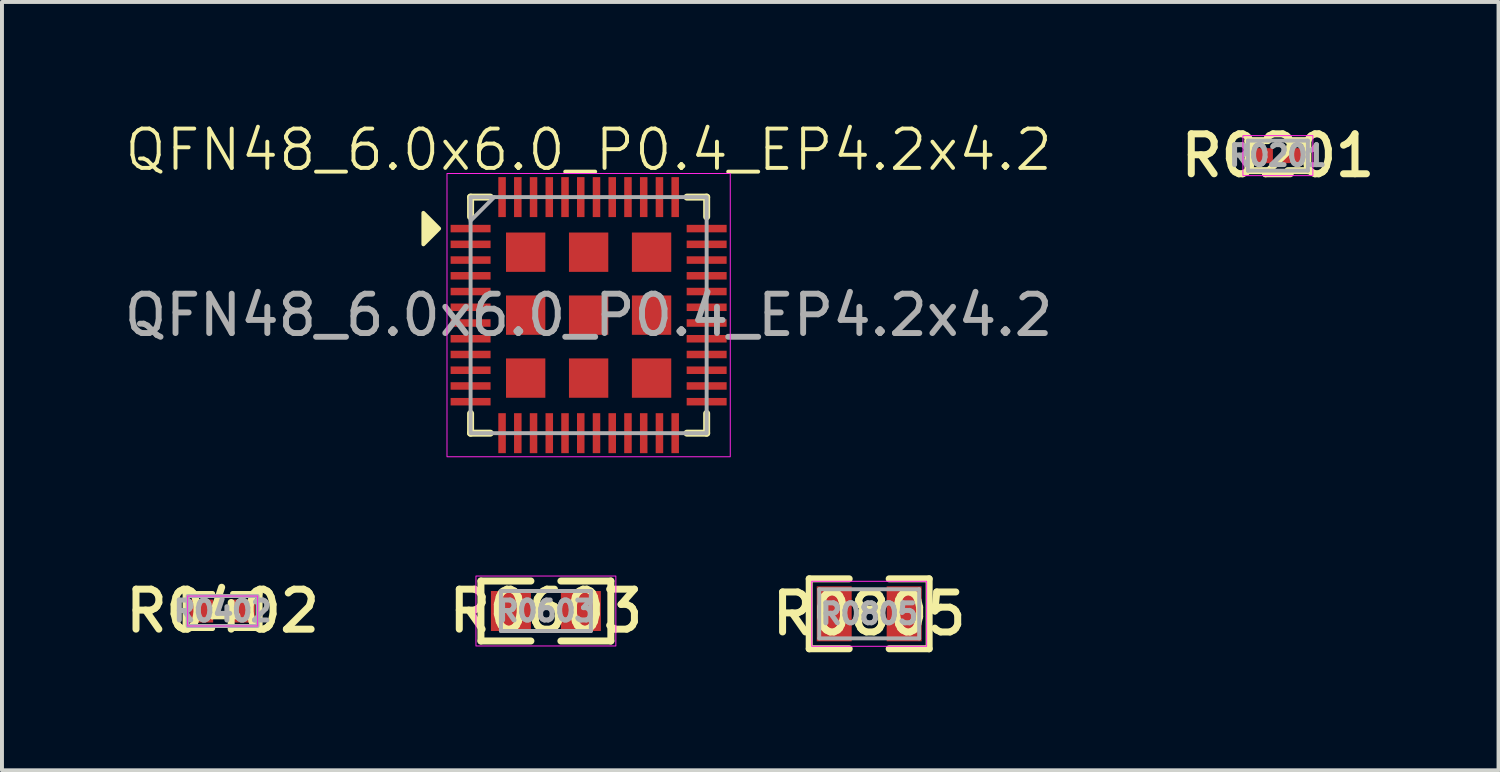
<source format=kicad_pcb>
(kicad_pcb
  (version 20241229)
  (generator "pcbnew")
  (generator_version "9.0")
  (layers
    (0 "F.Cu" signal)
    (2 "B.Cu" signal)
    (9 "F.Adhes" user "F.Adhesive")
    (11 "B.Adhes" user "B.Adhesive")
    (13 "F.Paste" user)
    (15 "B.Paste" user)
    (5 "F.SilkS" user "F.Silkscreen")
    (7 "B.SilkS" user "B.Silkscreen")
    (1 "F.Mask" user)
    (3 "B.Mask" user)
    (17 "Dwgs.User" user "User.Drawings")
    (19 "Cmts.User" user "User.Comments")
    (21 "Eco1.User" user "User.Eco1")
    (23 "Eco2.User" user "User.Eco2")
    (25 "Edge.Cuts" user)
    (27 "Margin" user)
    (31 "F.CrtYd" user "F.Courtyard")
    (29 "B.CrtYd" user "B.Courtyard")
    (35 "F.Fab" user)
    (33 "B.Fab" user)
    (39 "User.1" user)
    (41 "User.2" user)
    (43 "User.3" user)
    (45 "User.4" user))
  (footprint "R0201"
    (layer "F.Cu")
    (at 29.43 0.906)
    (property "Reference" "R0201" (at 0 0 0) (layer "F.SilkS") (effects (font (size 1.016 1.016) (thickness 0.178))))
    (attr smd)
    (fp_line (start -0.762 -0.381) (end -0.762 0.381) (stroke (width 0.178) (type solid)) (layer "F.SilkS"))
    (fp_line (start -0.254 -0.381) (end -0.762 -0.381) (stroke (width 0.178) (type solid)) (layer "F.SilkS"))
    (fp_line (start -0.254 0.381) (end -0.762 0.381) (stroke (width 0.178) (type solid)) (layer "F.SilkS"))
    (fp_line (start 0.254 -0.381) (end 0.762 -0.381) (stroke (width 0.178) (type solid)) (layer "F.SilkS"))
    (fp_line (start 0.254 0.381) (end 0.762 0.381) (stroke (width 0.178) (type solid)) (layer "F.SilkS"))
    (fp_line (start 0.762 -0.381) (end 0.762 0.381) (stroke (width 0.178) (type solid)) (layer "F.SilkS"))
    (fp_rect (start -0.889 -0.508) (end 0.889 0.508) (stroke (width 0.025) (type solid)) (fill no) (layer "F.CrtYd"))
    (fp_line (start -0.762 -0.381) (end 0.762 -0.381) (stroke (width 0.1) (type solid)) (layer "F.Fab"))
    (fp_line (start -0.762 0.381) (end -0.762 -0.381) (stroke (width 0.1) (type solid)) (layer "F.Fab"))
    (fp_line (start -0.762 0.381) (end 0.762 0.381) (stroke (width 0.1) (type solid)) (layer "F.Fab"))
    (fp_line (start 0.762 0.381) (end 0.762 -0.381) (stroke (width 0.1) (type solid)) (layer "F.Fab"))
    (fp_text user "${REFERENCE}" (at 0 0 0) (layer "F.Fab") (effects (font (size 0.508 0.508) (thickness 0.127))))
    (pad "1" smd rect (at -0.381 0) (size 0.508 0.381) (layers "F.Cu" "F.Mask" "F.Paste"))
    (pad "2" smd rect (at 0.381 0) (size 0.508 0.381) (layers "F.Cu" "F.Mask" "F.Paste")))
  (footprint "R0805"
    (layer "F.Cu")
    (at 19.042 12.551)
    (property "Reference" "R0805" (at 0 0 0) (layer "F.SilkS") (effects (font (size 1.016 1.016) (thickness 0.178))))
    (attr smd)
    (fp_line (start -1.524 -0.889) (end -1.524 0.889) (stroke (width 0.178) (type solid)) (layer "F.SilkS"))
    (fp_line (start -1.524 -0.889) (end -0.508 -0.889) (stroke (width 0.178) (type solid)) (layer "F.SilkS"))
    (fp_line (start -1.524 0.889) (end -0.508 0.889) (stroke (width 0.178) (type solid)) (layer "F.SilkS"))
    (fp_line (start 0.508 -0.889) (end 1.524 -0.889) (stroke (width 0.178) (type solid)) (layer "F.SilkS"))
    (fp_line (start 0.508 0.889) (end 1.524 0.889) (stroke (width 0.178) (type solid)) (layer "F.SilkS"))
    (fp_line (start 1.524 -0.889) (end 1.524 0.889) (stroke (width 0.178) (type solid)) (layer "F.SilkS"))
    (fp_rect (start -1.46 -0.826) (end 1.46 0.826) (stroke (width 0.025) (type solid)) (fill no) (layer "F.CrtYd"))
    (fp_line (start -1.27 -0.625) (end 1.27 -0.625) (stroke (width 0.1) (type solid)) (layer "F.Fab"))
    (fp_line (start -1.27 0.625) (end -1.27 -0.625) (stroke (width 0.1) (type solid)) (layer "F.Fab"))
    (fp_line (start 1.27 -0.625) (end 1.27 0.625) (stroke (width 0.1) (type solid)) (layer "F.Fab"))
    (fp_line (start 1.27 0.625) (end -1.27 0.625) (stroke (width 0.1) (type solid)) (layer "F.Fab"))
    (fp_text user "${REFERENCE}" (at 0 0 0) (layer "F.Fab") (effects (font (size 0.508 0.508) (thickness 0.127))))
    (pad "1" smd rect (at -0.889 0) (size 0.889 1.397) (layers "F.Cu" "F.Mask" "F.Paste"))
    (pad "2" smd rect (at 0.889 0) (size 0.889 1.397) (layers "F.Cu" "F.Mask" "F.Paste"))
    (zone (net_name "") (layer "F.Cu") (hatch full 0.5) (connect_pads) (min_thickness 0.25) (filled_areas_thickness no) (keepout (tracks allowed) (vias allowed) (pads allowed) (copperpour not_allowed) (footprints allowed)) (placement (enabled no)) (fill) (polygon (pts (xy 18.842 11.851) (xy 18.842 13.251) (xy 19.242 13.251) (xy 19.242 11.851)))))
  (footprint "R0603"
    (layer "F.Cu")
    (at 10.825 12.48)
    (property "Reference" "R0603" (at 0 0 0) (layer "F.SilkS") (effects (font (size 1.016 1.016) (thickness 0.178))))
    (attr smd)
    (fp_line (start -1.651 -0.762) (end -0.381 -0.762) (stroke (width 0.178) (type solid)) (layer "F.SilkS"))
    (fp_line (start -1.651 0.762) (end -1.651 -0.762) (stroke (width 0.178) (type solid)) (layer "F.SilkS"))
    (fp_line (start -1.651 0.762) (end -0.381 0.762) (stroke (width 0.178) (type solid)) (layer "F.SilkS"))
    (fp_line (start 0.381 -0.762) (end 1.651 -0.762) (stroke (width 0.178) (type solid)) (layer "F.SilkS"))
    (fp_line (start 0.381 0.762) (end 1.651 0.762) (stroke (width 0.178) (type solid)) (layer "F.SilkS"))
    (fp_line (start 1.651 0.762) (end 1.651 -0.762) (stroke (width 0.178) (type solid)) (layer "F.SilkS"))
    (fp_rect (start -1.778 -0.889) (end 1.778 0.889) (stroke (width 0.025) (type solid)) (fill no) (layer "F.CrtYd"))
    (fp_line (start -1.143 -0.508) (end 1.143 -0.508) (stroke (width 0.102) (type solid)) (layer "F.Fab"))
    (fp_line (start -1.143 0.508) (end -1.143 -0.508) (stroke (width 0.102) (type solid)) (layer "F.Fab"))
    (fp_line (start 1.143 0.508) (end -1.143 0.508) (stroke (width 0.102) (type solid)) (layer "F.Fab"))
    (fp_line (start 1.143 0.508) (end 1.143 -0.508) (stroke (width 0.102) (type solid)) (layer "F.Fab"))
    (fp_text user "${REFERENCE}" (at 0 0 0) (layer "F.Fab") (effects (font (size 0.508 0.508) (thickness 0.127))))
    (pad "1" smd rect (at -0.889 0) (size 1.016 1.016) (layers "F.Cu" "F.Mask" "F.Paste"))
    (pad "2" smd rect (at 0.889 0) (size 1.016 1.016) (layers "F.Cu" "F.Mask" "F.Paste")))
  (footprint "QFN48_6.0x6.0_P0.4_EP4.2x4.2"
    (layer "F.Cu")
    (at 11.911 4.96)
    (property "Reference" "QFN48_6.0x6.0_P0.4_EP4.2x4.2" (at 0 -4.2 0) (unlocked yes) (layer "F.SilkS") (effects (font (size 1 1) (thickness 0.1))))
    (attr smd)
    (fp_line (start -3 -3) (end -2.5 -3) (stroke (width 0.178) (type default)) (layer "F.SilkS"))
    (fp_line (start -3 -2.5) (end -3 -3) (stroke (width 0.178) (type default)) (layer "F.SilkS"))
    (fp_line (start -3 2.5) (end -3 3) (stroke (width 0.178) (type default)) (layer "F.SilkS"))
    (fp_line (start -3 3) (end -2.5 3) (stroke (width 0.178) (type default)) (layer "F.SilkS"))
    (fp_line (start 2.5 3) (end 3 3) (stroke (width 0.178) (type default)) (layer "F.SilkS"))
    (fp_line (start 3 -3) (end 2.5 -3) (stroke (width 0.178) (type default)) (layer "F.SilkS"))
    (fp_line (start 3 -2.5) (end 3 -3) (stroke (width 0.178) (type default)) (layer "F.SilkS"))
    (fp_line (start 3 3) (end 3 2.5) (stroke (width 0.178) (type default)) (layer "F.SilkS"))
    (fp_poly (pts (xy -3.8 -2.2) (xy -4.2 -2.6) (xy -4.2 -1.8)) (stroke (width 0.1) (type solid)) (fill yes) (layer "F.SilkS"))
    (fp_rect (start -3.6 -3.6) (end 3.6 3.6) (stroke (width 0.025) (type default)) (fill no) (layer "F.CrtYd"))
    (fp_line (start -3 -2.4) (end -2.4 -3) (stroke (width 0.1) (type default)) (layer "F.Fab"))
    (fp_rect (start -3 -3) (end 3 3) (stroke (width 0.1) (type default)) (fill no) (layer "F.Fab"))
    (fp_text user "${REFERENCE}" (at 0 0 0) (unlocked yes) (layer "F.Fab") (effects (font (size 1 1) (thickness 0.15))))
    (pad "1" smd rect (at -3 -2.2) (size 1.016 0.191) (layers "F.Cu" "F.Mask" "F.Paste"))
    (pad "2" smd rect (at -3 -1.8) (size 1.016 0.191) (layers "F.Cu" "F.Mask" "F.Paste"))
    (pad "3" smd rect (at -3 -1.4) (size 1.016 0.191) (layers "F.Cu" "F.Mask" "F.Paste"))
    (pad "4" smd rect (at -3 -1) (size 1.016 0.191) (layers "F.Cu" "F.Mask" "F.Paste"))
    (pad "5" smd rect (at -3 -0.6) (size 1.016 0.191) (layers "F.Cu" "F.Mask" "F.Paste"))
    (pad "6" smd rect (at -3 -0.2) (size 1.016 0.191) (layers "F.Cu" "F.Mask" "F.Paste"))
    (pad "7" smd rect (at -3 0.2) (size 1.016 0.191) (layers "F.Cu" "F.Mask" "F.Paste"))
    (pad "8" smd rect (at -3 0.6) (size 1.016 0.191) (layers "F.Cu" "F.Mask" "F.Paste"))
    (pad "9" smd rect (at -3 1) (size 1.016 0.191) (layers "F.Cu" "F.Mask" "F.Paste"))
    (pad "10" smd rect (at -3 1.4) (size 1.016 0.191) (layers "F.Cu" "F.Mask" "F.Paste"))
    (pad "11" smd rect (at -3 1.8) (size 1.016 0.191) (layers "F.Cu" "F.Mask" "F.Paste"))
    (pad "12" smd rect (at -3 2.2) (size 1.016 0.191) (layers "F.Cu" "F.Mask" "F.Paste"))
    (pad "13" smd rect (at -2.2 3) (size 0.191 1.016) (layers "F.Cu" "F.Mask" "F.Paste"))
    (pad "14" smd rect (at -1.8 3) (size 0.191 1.016) (layers "F.Cu" "F.Mask" "F.Paste"))
    (pad "15" smd rect (at -1.4 3) (size 0.191 1.016) (layers "F.Cu" "F.Mask" "F.Paste"))
    (pad "16" smd rect (at -1 3) (size 0.191 1.016) (layers "F.Cu" "F.Mask" "F.Paste"))
    (pad "17" smd rect (at -0.6 3) (size 0.191 1.016) (layers "F.Cu" "F.Mask" "F.Paste"))
    (pad "18" smd rect (at -0.2 3) (size 0.191 1.016) (layers "F.Cu" "F.Mask" "F.Paste"))
    (pad "19" smd rect (at 0.2 3) (size 0.191 1.016) (layers "F.Cu" "F.Mask" "F.Paste"))
    (pad "20" smd rect (at 0.6 3) (size 0.191 1.016) (layers "F.Cu" "F.Mask" "F.Paste"))
    (pad "21" smd rect (at 1 3) (size 0.191 1.016) (layers "F.Cu" "F.Mask" "F.Paste"))
    (pad "22" smd rect (at 1.4 3) (size 0.191 1.016) (layers "F.Cu" "F.Mask" "F.Paste"))
    (pad "23" smd rect (at 1.8 3) (size 0.191 1.016) (layers "F.Cu" "F.Mask" "F.Paste"))
    (pad "24" smd rect (at 2.2 3) (size 0.191 1.016) (layers "F.Cu" "F.Mask" "F.Paste"))
    (pad "25" smd rect (at 3 2.2) (size 1.016 0.191) (layers "F.Cu" "F.Mask" "F.Paste"))
    (pad "26" smd rect (at 3 1.8) (size 1.016 0.191) (layers "F.Cu" "F.Mask" "F.Paste"))
    (pad "27" smd rect (at 3 1.4) (size 1.016 0.191) (layers "F.Cu" "F.Mask" "F.Paste"))
    (pad "28" smd rect (at 3 1) (size 1.016 0.191) (layers "F.Cu" "F.Mask" "F.Paste"))
    (pad "29" smd rect (at 3 0.6) (size 1.016 0.191) (layers "F.Cu" "F.Mask" "F.Paste"))
    (pad "30" smd rect (at 3 0.2) (size 1.016 0.191) (layers "F.Cu" "F.Mask" "F.Paste"))
    (pad "31" smd rect (at 3 -0.2) (size 1.016 0.191) (layers "F.Cu" "F.Mask" "F.Paste"))
    (pad "32" smd rect (at 3 -0.6) (size 1.016 0.191) (layers "F.Cu" "F.Mask" "F.Paste"))
    (pad "33" smd rect (at 3 -1) (size 1.016 0.191) (layers "F.Cu" "F.Mask" "F.Paste"))
    (pad "34" smd rect (at 3 -1.4) (size 1.016 0.191) (layers "F.Cu" "F.Mask" "F.Paste"))
    (pad "35" smd rect (at 3 -1.8) (size 1.016 0.191) (layers "F.Cu" "F.Mask" "F.Paste"))
    (pad "36" smd rect (at 3 -2.2) (size 1.016 0.191) (layers "F.Cu" "F.Mask" "F.Paste"))
    (pad "37" smd rect (at 2.2 -3) (size 0.191 1.016) (layers "F.Cu" "F.Mask" "F.Paste"))
    (pad "38" smd rect (at 1.8 -3) (size 0.191 1.016) (layers "F.Cu" "F.Mask" "F.Paste"))
    (pad "39" smd rect (at 1.4 -3) (size 0.191 1.016) (layers "F.Cu" "F.Mask" "F.Paste"))
    (pad "40" smd rect (at 1 -3) (size 0.191 1.016) (layers "F.Cu" "F.Mask" "F.Paste"))
    (pad "41" smd rect (at 0.6 -3) (size 0.191 1.016) (layers "F.Cu" "F.Mask" "F.Paste"))
    (pad "42" smd rect (at 0.2 -3) (size 0.191 1.016) (layers "F.Cu" "F.Mask" "F.Paste"))
    (pad "43" smd rect (at -0.2 -3) (size 0.191 1.016) (layers "F.Cu" "F.Mask" "F.Paste"))
    (pad "44" smd rect (at -0.6 -3) (size 0.191 1.016) (layers "F.Cu" "F.Mask" "F.Paste"))
    (pad "45" smd rect (at -1 -3) (size 0.191 1.016) (layers "F.Cu" "F.Mask" "F.Paste"))
    (pad "46" smd rect (at -1.4 -3) (size 0.191 1.016) (layers "F.Cu" "F.Mask" "F.Paste"))
    (pad "47" smd rect (at -1.8 -3) (size 0.191 1.016) (layers "F.Cu" "F.Mask" "F.Paste"))
    (pad "48" smd rect (at -2.2 -3) (size 0.191 1.016) (layers "F.Cu" "F.Mask" "F.Paste"))
    (pad "49" smd rect (at -1.6 -1.6) (size 1 1) (layers "F.Cu" "F.Mask" "F.Paste"))
    (pad "49" smd rect (at -1.6 0) (size 1 1) (layers "F.Cu" "F.Mask" "F.Paste"))
    (pad "49" smd rect (at -1.6 1.6) (size 1 1) (layers "F.Cu" "F.Mask" "F.Paste"))
    (pad "49" smd rect (at 0 -1.6) (size 1 1) (layers "F.Cu" "F.Mask" "F.Paste"))
    (pad "49" smd rect (at 0 0) (size 1 1) (layers "F.Cu" "F.Mask" "F.Paste"))
    (pad "49" smd rect (at 0 1.6) (size 1 1) (layers "F.Cu" "F.Mask" "F.Paste"))
    (pad "49" smd rect (at 1.6 -1.6) (size 1 1) (layers "F.Cu" "F.Mask" "F.Paste"))
    (pad "49" smd rect (at 1.6 0) (size 1 1) (layers "F.Cu" "F.Mask" "F.Paste"))
    (pad "49" smd rect (at 1.6 1.6) (size 1 1) (layers "F.Cu" "F.Mask" "F.Paste")))
  (footprint "R0402"
    (layer "F.Cu")
    (at 2.608 12.48)
    (property "Reference" "R0402" (at 0 0 0) (layer "F.SilkS") (effects (font (size 1.016 1.016) (thickness 0.178))))
    (attr smd)
    (fp_line (start -0.953 0.445) (end -0.953 -0.445) (stroke (width 0.127) (type solid)) (layer "F.SilkS"))
    (fp_line (start -0.953 0.445) (end -0.254 0.445) (stroke (width 0.127) (type solid)) (layer "F.SilkS"))
    (fp_line (start -0.254 -0.445) (end -0.953 -0.445) (stroke (width 0.127) (type solid)) (layer "F.SilkS"))
    (fp_line (start 0.254 -0.445) (end 0.953 -0.445) (stroke (width 0.127) (type solid)) (layer "F.SilkS"))
    (fp_line (start 0.254 0.445) (end 0.953 0.445) (stroke (width 0.127) (type solid)) (layer "F.SilkS"))
    (fp_line (start 0.953 -0.445) (end 0.953 0.445) (stroke (width 0.127) (type solid)) (layer "F.SilkS"))
    (fp_rect (start -0.889 -0.381) (end 0.889 0.381) (stroke (width 0.025) (type solid)) (fill no) (layer "F.CrtYd"))
    (fp_rect (start -0.889 -0.381) (end 0.889 0.381) (stroke (width 0.1) (type solid)) (fill no) (layer "F.Fab"))
    (fp_text user "${REFERENCE}" (at 0 0 0) (layer "F.Fab") (effects (font (size 0.508 0.508) (thickness 0.127))))
    (pad "1" smd rect (at -0.533 0) (size 0.584 0.584) (layers "F.Cu" "F.Mask" "F.Paste"))
    (pad "2" smd rect (at 0.533 0) (size 0.584 0.584) (layers "F.Cu" "F.Mask" "F.Paste")))
  (gr_rect
    (start -3 -3)
    (end 35.038 16.529)
    (stroke (width 0.1) (type default))
    (fill no)
    (layer "Edge.Cuts")))
</source>
